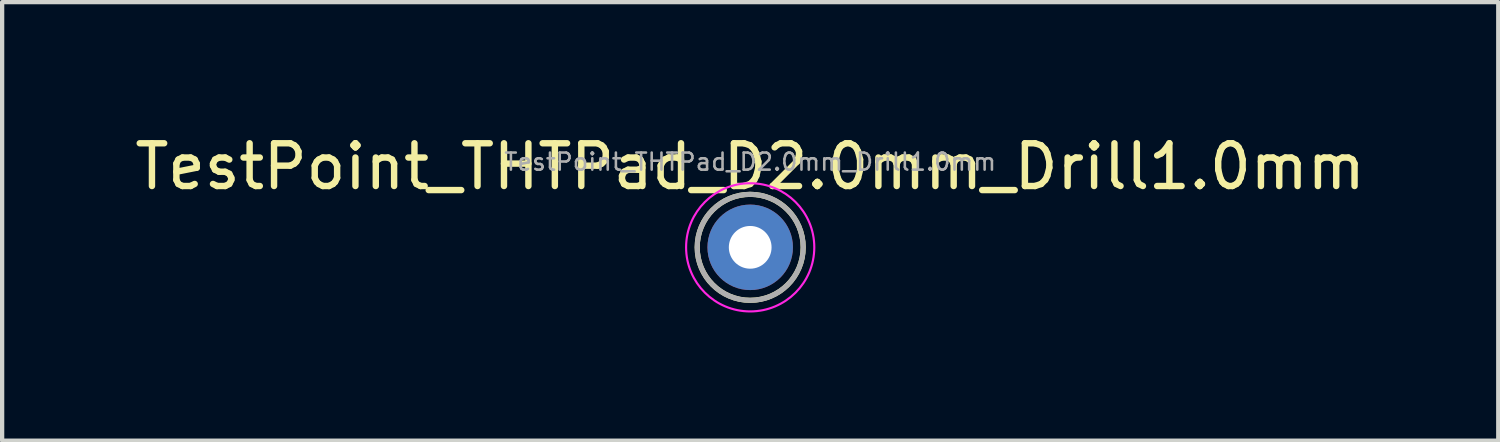
<source format=kicad_pcb>
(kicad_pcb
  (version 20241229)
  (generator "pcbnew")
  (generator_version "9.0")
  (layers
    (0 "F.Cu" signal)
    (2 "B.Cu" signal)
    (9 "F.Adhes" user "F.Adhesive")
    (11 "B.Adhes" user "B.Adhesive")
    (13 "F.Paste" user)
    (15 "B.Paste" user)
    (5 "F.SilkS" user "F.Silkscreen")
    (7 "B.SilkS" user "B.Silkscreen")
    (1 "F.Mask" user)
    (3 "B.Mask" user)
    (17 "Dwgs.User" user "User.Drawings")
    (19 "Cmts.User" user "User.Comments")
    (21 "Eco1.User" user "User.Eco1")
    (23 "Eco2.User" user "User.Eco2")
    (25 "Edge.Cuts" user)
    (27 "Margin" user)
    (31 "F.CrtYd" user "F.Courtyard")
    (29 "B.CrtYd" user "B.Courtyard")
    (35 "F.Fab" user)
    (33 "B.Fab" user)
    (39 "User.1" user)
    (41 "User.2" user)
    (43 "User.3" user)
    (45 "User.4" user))
  (footprint "TestPoint_THTPad_D2.0mm_Drill1.0mm"
    (layer "F.Cu")
    (at 14.506 2.738)
    (property "Reference" "TestPoint_THTPad_D2.0mm_Drill1.0mm" (at 0 -1.89 0) (layer "F.SilkS") (effects (font (size 1 1) (thickness 0.15))))
    (attr exclude_from_pos_files exclude_from_bom)
    (fp_circle (center 0 0) (end 0 1.24) (stroke (width 0.12) (type solid)) (fill no) (layer "F.SilkS"))
    (fp_circle (center 0 0) (end 1.5 0) (stroke (width 0.05) (type solid)) (fill no) (layer "F.CrtYd"))
    (fp_circle (center 0 0) (end 1.24 0) (stroke (width 0.12) (type solid)) (fill no) (layer "F.Fab"))
    (fp_text user "${REFERENCE}" (at 0 -2 0) (layer "F.Fab") (effects (font (size 0.4 0.4) (thickness 0.06))))
    (pad "1" thru_hole circle (at 0 0) (size 2 2) (drill 1) (layers "*.Cu" "*.Mask")))
  (gr_rect
    (start -3 -3)
    (end 32.012 7.263)
    (stroke (width 0.1) (type default))
    (fill no)
    (layer "Edge.Cuts")))
</source>
